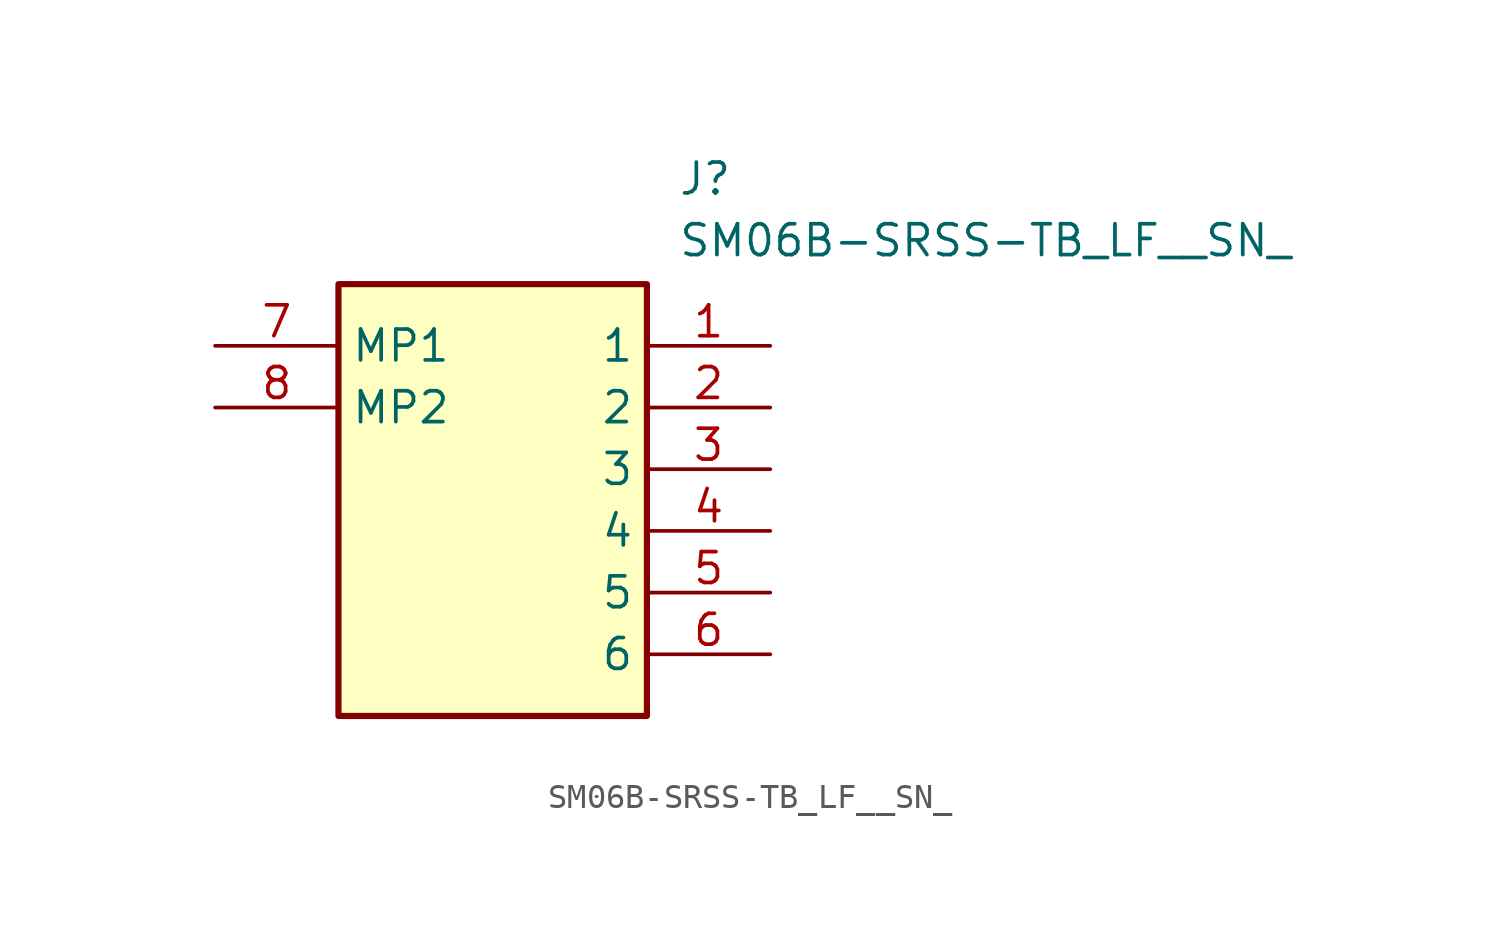
<source format=kicad_sym>
(kicad_symbol_lib
  (version 20211014)
  (generator SamacSys_ECAD_Model)
  (symbol "SM06B-SRSS-TB_LF__SN_"
    (property "Reference" "J"
      (at 19.05 7.62 0)
      (effects (font (size 1.27 1.27)) (justify left top)))
    (property "Value" "SM06B-SRSS-TB_LF__SN_"
      (at 19.05 5.08 0)
      (effects (font (size 1.27 1.27)) (justify left top)))
    (rectangle
      (start 5.08 2.54)
      (end 17.78 -15.24)
      (stroke (width 0.254) (type default))
      (fill (type background)))
    (pin passive line
      (at 22.86 0 180)
      (length 5.08)
      (name "1" (effects (font (size 1.27 1.27))))
      (number "1" (effects (font (size 1.27 1.27)))))
    (pin passive line
      (at 22.86 -2.54 180)
      (length 5.08)
      (name "2" (effects (font (size 1.27 1.27))))
      (number "2" (effects (font (size 1.27 1.27)))))
    (pin passive line
      (at 22.86 -5.08 180)
      (length 5.08)
      (name "3" (effects (font (size 1.27 1.27))))
      (number "3" (effects (font (size 1.27 1.27)))))
    (pin passive line
      (at 22.86 -7.62 180)
      (length 5.08)
      (name "4" (effects (font (size 1.27 1.27))))
      (number "4" (effects (font (size 1.27 1.27)))))
    (pin passive line
      (at 22.86 -10.16 180)
      (length 5.08)
      (name "5" (effects (font (size 1.27 1.27))))
      (number "5" (effects (font (size 1.27 1.27)))))
    (pin passive line
      (at 22.86 -12.7 180)
      (length 5.08)
      (name "6" (effects (font (size 1.27 1.27))))
      (number "6" (effects (font (size 1.27 1.27)))))
    (pin passive line
      (at 0 0 0)
      (length 5.08)
      (name "MP1" (effects (font (size 1.27 1.27))))
      (number "7" (effects (font (size 1.27 1.27)))))
    (pin passive line
      (at 0 -2.54 0)
      (length 5.08)
      (name "MP2" (effects (font (size 1.27 1.27))))
      (number "8" (effects (font (size 1.27 1.27)))))))
</source>
